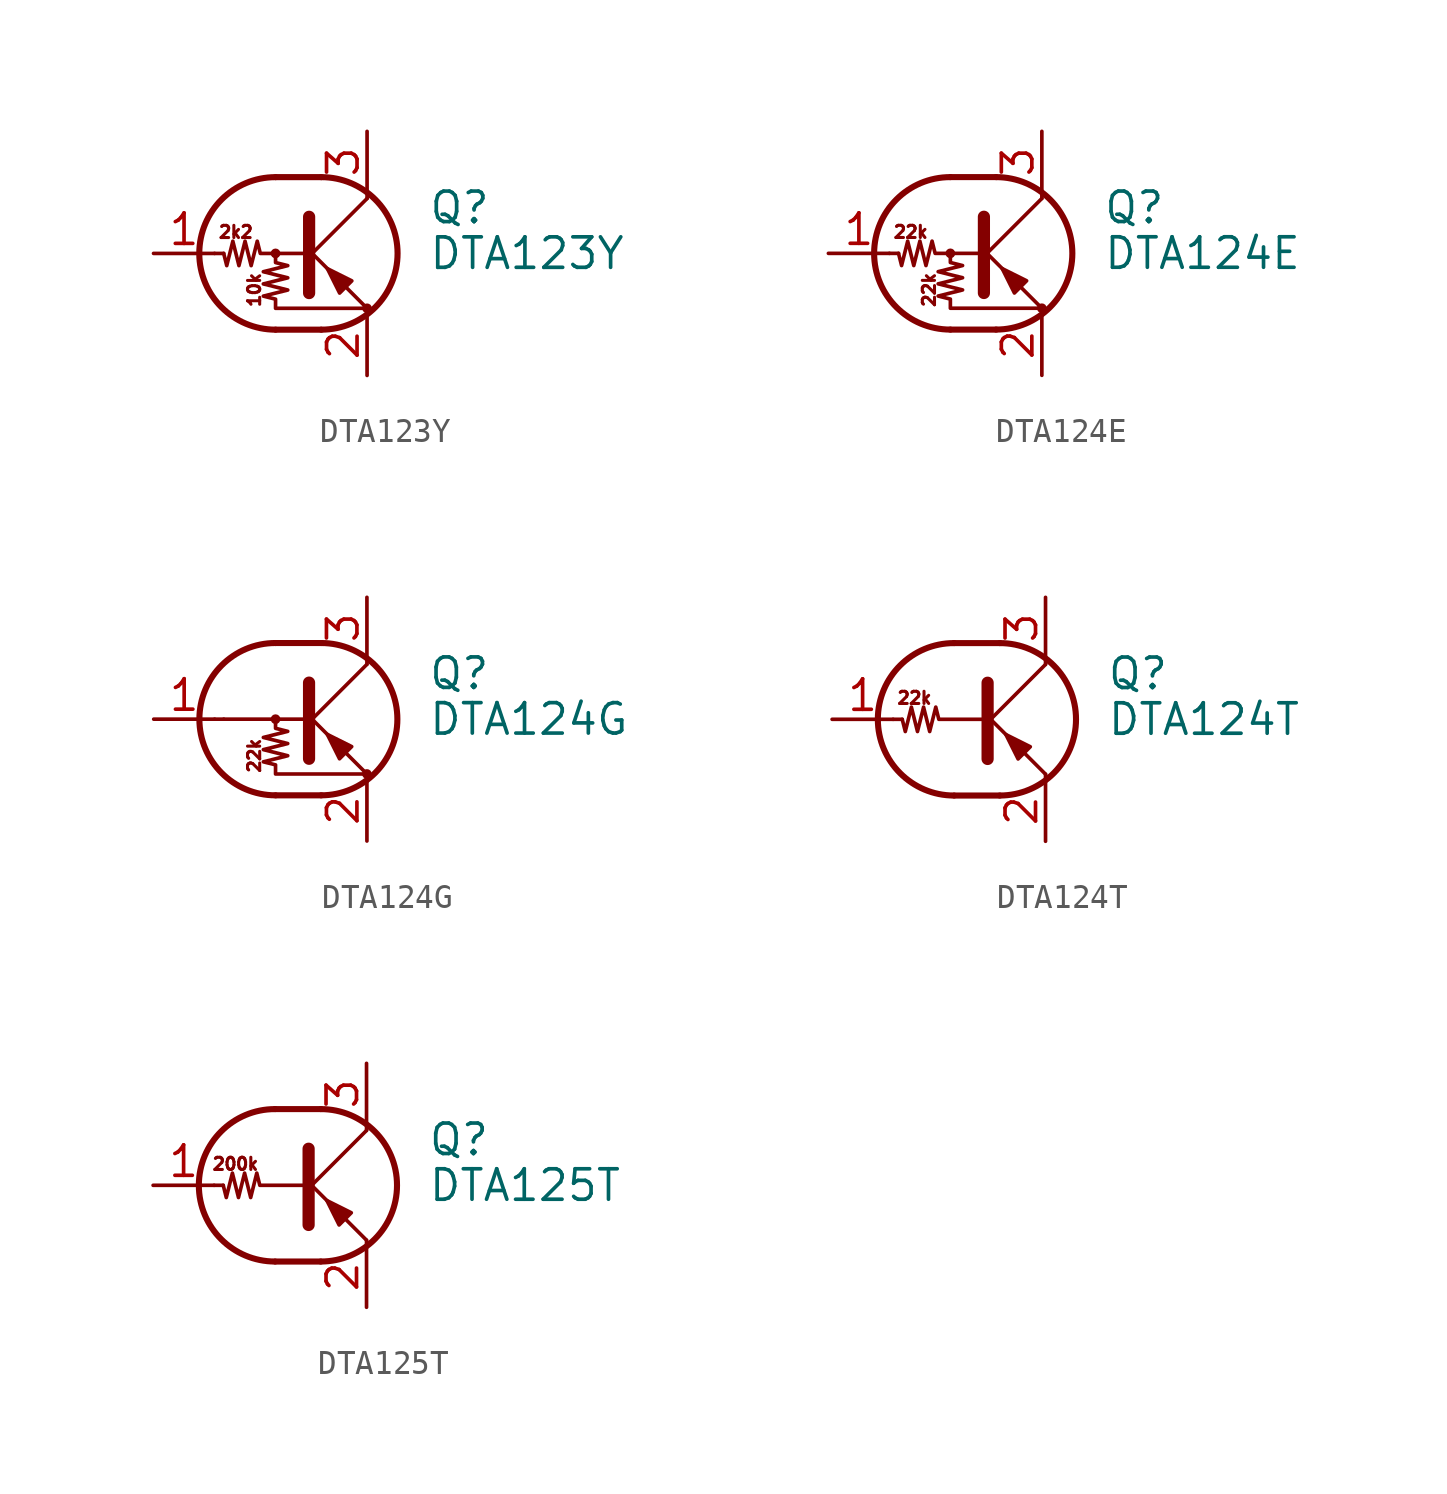
<source format=kicad_sym>
(kicad_symbol_lib
  (version 20200908)
  (generator kicad_symbol_editor)
  (symbol "Transistor_BJT:DTA123Y"
    (pin_names
      (offset 0) hide)
    (property "Reference" "Q"
      (at 5.08 1.905 0)
      (effects (font (size 1.27 1.27)) (justify left)))
    (property "Value" "DTA123Y"
      (at 5.08 0 0)
      (effects (font (size 1.27 1.27)) (justify left)))
    (symbol "DTA123Y_0_1"
      (arc (start -1.27 3.175) (end -1.27 -3.175) (radius (at -1.27 0) (length 3.175) (angles 90.1 -90.1)) (stroke (width 0.254)) (fill (type none)))
      (arc (start 0.635 -3.175) (end 0.635 3.175) (radius (at 0.635 0) (length 3.175) (angles -89.9 89.9)) (stroke (width 0.254)) (fill (type none)))
      (circle (center -1.27 0) (radius 0.127) (stroke (width 0)) (fill (type none)))
      (circle (center 2.54 -2.286) (radius 0.127) (stroke (width 0)) (fill (type none)))
      (polyline (pts (xy -3.429 0) (xy -3.81 0)) (stroke (width 0)) (fill (type none)))
      (polyline (pts (xy -1.27 -3.175) (xy 0.635 -3.175)) (stroke (width 0.254)) (fill (type none)))
      (polyline (pts (xy -1.27 3.175) (xy 0.635 3.175)) (stroke (width 0.254)) (fill (type none)))
      (polyline (pts (xy 0 -0.254) (xy 2.54 2.286)) (stroke (width 0)) (fill (type none)))
      (polyline (pts (xy 0.127 1.524) (xy 0.127 -1.651)) (stroke (width 0.508)) (fill (type outline)))
      (polyline (pts (xy 2.54 2.286) (xy 2.54 2.54)) (stroke (width 0)) (fill (type none)))
      (polyline (pts (xy 2.54 -2.286) (xy 0 0.254) (xy 0 0.254)) (stroke (width 0)) (fill (type none)))
      (polyline (pts (xy 1.397 -1.651) (xy 1.905 -1.143) (xy 0.889 -0.635) (xy 1.397 -1.651)) (stroke (width 0)) (fill (type outline)))
      (polyline (pts (xy 0 0) (xy -1.905 0) (xy -2.032 0.508) (xy -2.286 -0.508) (xy -2.54 0.508) (xy -2.794 -0.508) (xy -3.048 0.508) (xy -3.302 -0.508) (xy -3.429 0)) (stroke (width 0)) (fill (type none)))
      (polyline (pts (xy -1.27 0) (xy -1.27 -0.381) (xy -0.762 -0.508) (xy -1.778 -0.762) (xy -0.762 -1.016) (xy -1.778 -1.27) (xy -0.762 -1.524) (xy -1.778 -1.778) (xy -1.27 -1.905) (xy -1.27 -2.286) (xy 2.54 -2.286)) (stroke (width 0)) (fill (type none))))
    (symbol "DTA123Y_0_0"
      (text "10k" (at -2.159 -1.524 900) (effects (font (size 0.508 0.508))))
      (text "2k2" (at -2.921 0.889 0) (effects (font (size 0.508 0.508)))))
    (symbol "DTA123Y_1_1"
      (pin input line (at -6.35 0 0) (length 2.54) (name "B" (effects (font (size 1.27 1.27)))) (number "1" (effects (font (size 1.27 1.27)))))
      (pin passive line (at 2.54 -5.08 90) (length 2.54) (name "E" (effects (font (size 1.27 1.27)))) (number "2" (effects (font (size 1.27 1.27)))))
      (pin passive line (at 2.54 5.08 270) (length 2.54) (name "C" (effects (font (size 1.27 1.27)))) (number "3" (effects (font (size 1.27 1.27)))))))
  (symbol "Transistor_BJT:DTA124E"
    (pin_names
      (offset 0) hide)
    (property "Reference" "Q"
      (at 5.08 1.905 0)
      (effects (font (size 1.27 1.27)) (justify left)))
    (property "Value" "DTA124E"
      (at 5.08 0 0)
      (effects (font (size 1.27 1.27)) (justify left)))
    (symbol "DTA124E_0_1"
      (arc (start -1.27 3.175) (end -1.27 -3.175) (radius (at -1.27 0) (length 3.175) (angles 90.1 -90.1)) (stroke (width 0.254)) (fill (type none)))
      (arc (start 0.635 -3.175) (end 0.635 3.175) (radius (at 0.635 0) (length 3.175) (angles -89.9 89.9)) (stroke (width 0.254)) (fill (type none)))
      (circle (center -1.27 0) (radius 0.127) (stroke (width 0)) (fill (type none)))
      (circle (center 2.54 -2.286) (radius 0.127) (stroke (width 0)) (fill (type none)))
      (polyline (pts (xy -3.429 0) (xy -3.81 0)) (stroke (width 0)) (fill (type none)))
      (polyline (pts (xy -1.27 -3.175) (xy 0.635 -3.175)) (stroke (width 0.254)) (fill (type none)))
      (polyline (pts (xy -1.27 3.175) (xy 0.635 3.175)) (stroke (width 0.254)) (fill (type none)))
      (polyline (pts (xy 0 -0.254) (xy 2.54 2.286)) (stroke (width 0)) (fill (type none)))
      (polyline (pts (xy 0.127 1.524) (xy 0.127 -1.651)) (stroke (width 0.508)) (fill (type outline)))
      (polyline (pts (xy 2.54 2.286) (xy 2.54 2.54)) (stroke (width 0)) (fill (type none)))
      (polyline (pts (xy 2.54 -2.286) (xy 0 0.254) (xy 0 0.254)) (stroke (width 0)) (fill (type none)))
      (polyline (pts (xy 1.397 -1.651) (xy 1.905 -1.143) (xy 0.889 -0.635) (xy 1.397 -1.651)) (stroke (width 0)) (fill (type outline)))
      (polyline (pts (xy 0 0) (xy -1.905 0) (xy -2.032 0.508) (xy -2.286 -0.508) (xy -2.54 0.508) (xy -2.794 -0.508) (xy -3.048 0.508) (xy -3.302 -0.508) (xy -3.429 0)) (stroke (width 0)) (fill (type none)))
      (polyline (pts (xy -1.27 0) (xy -1.27 -0.381) (xy -0.762 -0.508) (xy -1.778 -0.762) (xy -0.762 -1.016) (xy -1.778 -1.27) (xy -0.762 -1.524) (xy -1.778 -1.778) (xy -1.27 -1.905) (xy -1.27 -2.286) (xy 2.54 -2.286)) (stroke (width 0)) (fill (type none))))
    (symbol "DTA124E_0_0"
      (text "22k" (at -2.921 0.889 0) (effects (font (size 0.508 0.508))))
      (text "22k" (at -2.159 -1.524 900) (effects (font (size 0.508 0.508)))))
    (symbol "DTA124E_1_1"
      (pin input line (at -6.35 0 0) (length 2.54) (name "B" (effects (font (size 1.27 1.27)))) (number "1" (effects (font (size 1.27 1.27)))))
      (pin passive line (at 2.54 -5.08 90) (length 2.54) (name "E" (effects (font (size 1.27 1.27)))) (number "2" (effects (font (size 1.27 1.27)))))
      (pin passive line (at 2.54 5.08 270) (length 2.54) (name "C" (effects (font (size 1.27 1.27)))) (number "3" (effects (font (size 1.27 1.27)))))))
  (symbol "Transistor_BJT:DTA124G"
    (pin_names
      (offset 0) hide)
    (property "Reference" "Q"
      (at 5.08 1.905 0)
      (effects (font (size 1.27 1.27)) (justify left)))
    (property "Value" "DTA124G"
      (at 5.08 0 0)
      (effects (font (size 1.27 1.27)) (justify left)))
    (symbol "DTA124G_0_1"
      (arc (start -1.27 3.175) (end -1.27 -3.175) (radius (at -1.27 0) (length 3.175) (angles 90.1 -90.1)) (stroke (width 0.254)) (fill (type none)))
      (arc (start 0.635 -3.175) (end 0.635 3.175) (radius (at 0.635 0) (length 3.175) (angles -89.9 89.9)) (stroke (width 0.254)) (fill (type none)))
      (circle (center -1.27 0) (radius 0.127) (stroke (width 0)) (fill (type none)))
      (circle (center 2.54 -2.286) (radius 0.127) (stroke (width 0)) (fill (type none)))
      (polyline (pts (xy -3.429 0) (xy -3.81 0)) (stroke (width 0)) (fill (type none)))
      (polyline (pts (xy -1.27 -3.175) (xy 0.635 -3.175)) (stroke (width 0.254)) (fill (type none)))
      (polyline (pts (xy -1.27 3.175) (xy 0.635 3.175)) (stroke (width 0.254)) (fill (type none)))
      (polyline (pts (xy 0 -0.254) (xy 2.54 2.286)) (stroke (width 0)) (fill (type none)))
      (polyline (pts (xy 0.127 1.524) (xy 0.127 -1.651)) (stroke (width 0.508)) (fill (type outline)))
      (polyline (pts (xy 2.54 2.286) (xy 2.54 2.54)) (stroke (width 0)) (fill (type none)))
      (polyline (pts (xy 2.54 -2.286) (xy 0 0.254) (xy 0 0.254)) (stroke (width 0)) (fill (type none)))
      (polyline (pts (xy 1.397 -1.651) (xy 1.905 -1.143) (xy 0.889 -0.635) (xy 1.397 -1.651)) (stroke (width 0)) (fill (type outline)))
      (polyline (pts (xy -1.27 0) (xy -1.27 -0.381) (xy -0.762 -0.508) (xy -1.778 -0.762) (xy -0.762 -1.016) (xy -1.778 -1.27) (xy -0.762 -1.524) (xy -1.778 -1.778) (xy -1.27 -1.905) (xy -1.27 -2.286) (xy 2.54 -2.286)) (stroke (width 0)) (fill (type none))))
    (symbol "DTA124G_0_0"
      (text "22k" (at -2.159 -1.524 900) (effects (font (size 0.508 0.508))))
      (polyline (pts (xy -3.429 0) (xy 0 0)) (stroke (width 0)) (fill (type none))))
    (symbol "DTA124G_1_1"
      (pin input line (at -6.35 0 0) (length 2.54) (name "B" (effects (font (size 1.27 1.27)))) (number "1" (effects (font (size 1.27 1.27)))))
      (pin passive line (at 2.54 -5.08 90) (length 2.54) (name "E" (effects (font (size 1.27 1.27)))) (number "2" (effects (font (size 1.27 1.27)))))
      (pin passive line (at 2.54 5.08 270) (length 2.54) (name "C" (effects (font (size 1.27 1.27)))) (number "3" (effects (font (size 1.27 1.27)))))))
  (symbol "Transistor_BJT:DTA124T"
    (pin_names
      (offset 0) hide)
    (property "Reference" "Q"
      (at 5.08 1.905 0)
      (effects (font (size 1.27 1.27)) (justify left)))
    (property "Value" "DTA124T"
      (at 5.08 0 0)
      (effects (font (size 1.27 1.27)) (justify left)))
    (symbol "DTA124T_0_1"
      (arc (start -1.27 3.175) (end -1.27 -3.175) (radius (at -1.27 0) (length 3.175) (angles 90.1 -90.1)) (stroke (width 0.254)) (fill (type none)))
      (arc (start 0.635 -3.175) (end 0.635 3.175) (radius (at 0.635 0) (length 3.175) (angles -89.9 89.9)) (stroke (width 0.254)) (fill (type none)))
      (polyline (pts (xy -3.429 0) (xy -3.81 0)) (stroke (width 0)) (fill (type none)))
      (polyline (pts (xy -1.27 -3.175) (xy 0.635 -3.175)) (stroke (width 0.254)) (fill (type none)))
      (polyline (pts (xy -1.27 3.175) (xy 0.635 3.175)) (stroke (width 0.254)) (fill (type none)))
      (polyline (pts (xy 0 -0.254) (xy 2.54 2.286)) (stroke (width 0)) (fill (type none)))
      (polyline (pts (xy 0.127 1.524) (xy 0.127 -1.651)) (stroke (width 0.508)) (fill (type outline)))
      (polyline (pts (xy 2.54 2.286) (xy 2.54 2.54)) (stroke (width 0)) (fill (type none)))
      (polyline (pts (xy 2.54 -2.286) (xy 0 0.254) (xy 0 0.254)) (stroke (width 0)) (fill (type none)))
      (polyline (pts (xy 1.397 -1.651) (xy 1.905 -1.143) (xy 0.889 -0.635) (xy 1.397 -1.651)) (stroke (width 0)) (fill (type outline)))
      (polyline (pts (xy 0 0) (xy -1.905 0) (xy -2.032 0.508) (xy -2.286 -0.508) (xy -2.54 0.508) (xy -2.794 -0.508) (xy -3.048 0.508) (xy -3.302 -0.508) (xy -3.429 0)) (stroke (width 0)) (fill (type none))))
    (symbol "DTA124T_0_0"
      (text "22k" (at -2.921 0.889 0) (effects (font (size 0.508 0.508))))
      (polyline (pts (xy 2.54 -2.286) (xy 2.54 -2.54)) (stroke (width 0)) (fill (type none))))
    (symbol "DTA124T_1_1"
      (pin input line (at -6.35 0 0) (length 2.54) (name "B" (effects (font (size 1.27 1.27)))) (number "1" (effects (font (size 1.27 1.27)))))
      (pin passive line (at 2.54 -5.08 90) (length 2.54) (name "E" (effects (font (size 1.27 1.27)))) (number "2" (effects (font (size 1.27 1.27)))))
      (pin passive line (at 2.54 5.08 270) (length 2.54) (name "C" (effects (font (size 1.27 1.27)))) (number "3" (effects (font (size 1.27 1.27)))))))
  (symbol "Transistor_BJT:DTA125T"
    (pin_names
      (offset 0) hide)
    (property "Reference" "Q"
      (at 5.08 1.905 0)
      (effects (font (size 1.27 1.27)) (justify left)))
    (property "Value" "DTA125T"
      (at 5.08 0 0)
      (effects (font (size 1.27 1.27)) (justify left)))
    (symbol "DTA125T_0_1"
      (arc (start -1.27 3.175) (end -1.27 -3.175) (radius (at -1.27 0) (length 3.175) (angles 90.1 -90.1)) (stroke (width 0.254)) (fill (type none)))
      (arc (start 0.635 -3.175) (end 0.635 3.175) (radius (at 0.635 0) (length 3.175) (angles -89.9 89.9)) (stroke (width 0.254)) (fill (type none)))
      (polyline (pts (xy -3.429 0) (xy -3.81 0)) (stroke (width 0)) (fill (type none)))
      (polyline (pts (xy -1.27 -3.175) (xy 0.635 -3.175)) (stroke (width 0.254)) (fill (type none)))
      (polyline (pts (xy -1.27 3.175) (xy 0.635 3.175)) (stroke (width 0.254)) (fill (type none)))
      (polyline (pts (xy 0 -0.254) (xy 2.54 2.286)) (stroke (width 0)) (fill (type none)))
      (polyline (pts (xy 0.127 1.524) (xy 0.127 -1.651)) (stroke (width 0.508)) (fill (type outline)))
      (polyline (pts (xy 2.54 2.286) (xy 2.54 2.54)) (stroke (width 0)) (fill (type none)))
      (polyline (pts (xy 2.54 -2.286) (xy 0 0.254) (xy 0 0.254)) (stroke (width 0)) (fill (type none)))
      (polyline (pts (xy 1.397 -1.651) (xy 1.905 -1.143) (xy 0.889 -0.635) (xy 1.397 -1.651)) (stroke (width 0)) (fill (type outline)))
      (polyline (pts (xy 0 0) (xy -1.905 0) (xy -2.032 0.508) (xy -2.286 -0.508) (xy -2.54 0.508) (xy -2.794 -0.508) (xy -3.048 0.508) (xy -3.302 -0.508) (xy -3.429 0)) (stroke (width 0)) (fill (type none))))
    (symbol "DTA125T_0_0"
      (text "200k" (at -2.921 0.889 0) (effects (font (size 0.508 0.508))))
      (polyline (pts (xy 2.54 -2.286) (xy 2.54 -2.54)) (stroke (width 0)) (fill (type none))))
    (symbol "DTA125T_1_1"
      (pin input line (at -6.35 0 0) (length 2.54) (name "B" (effects (font (size 1.27 1.27)))) (number "1" (effects (font (size 1.27 1.27)))))
      (pin passive line (at 2.54 -5.08 90) (length 2.54) (name "E" (effects (font (size 1.27 1.27)))) (number "2" (effects (font (size 1.27 1.27)))))
      (pin passive line (at 2.54 5.08 270) (length 2.54) (name "C" (effects (font (size 1.27 1.27)))) (number "3" (effects (font (size 1.27 1.27))))))))
</source>
